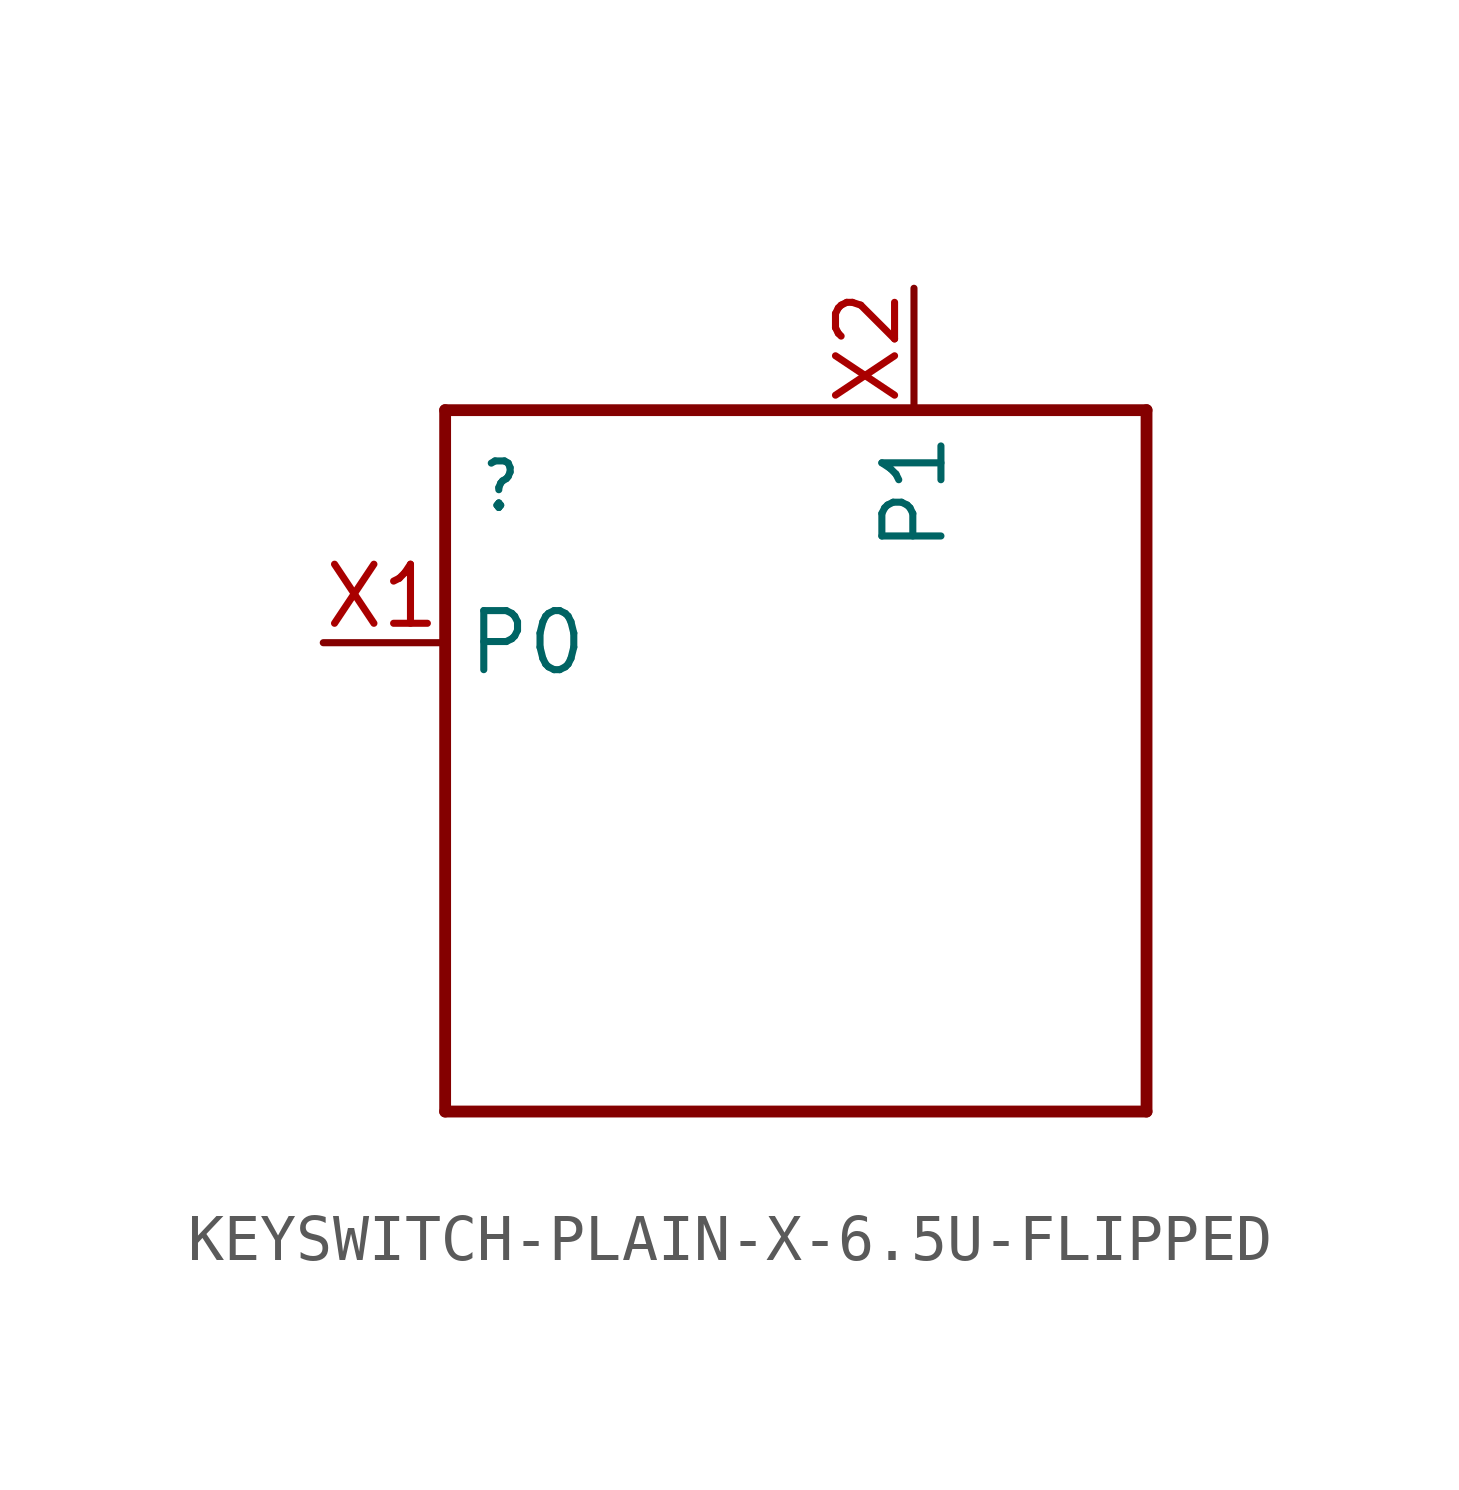
<source format=kicad_sym>
(kicad_symbol_lib
  (version 20211014)
  (generator kicad_symbol_editor)
  (symbol "KEYSWITCH-PLAIN-X-6.5U-FLIPPED"
    (property "Reference" ""
      (at -6.81 5.318 0)
      (effects (font (size 1 0.85)) (justify left bottom)))
    (property "ki_locked" ""
      (at 0 0 0)
      (effects (font (size 1.27 1.27))))
    (symbol "KEYSWITCH-PLAIN-X-6.5U-FLIPPED_1_0"
      (polyline (pts (xy -7.54 -7.54) (xy -7.54 7.54)) (stroke (width 0.254) (type default) (color 0 0 0 0)) (fill (type none)))
      (polyline (pts (xy -7.54 7.54) (xy 7.54 7.54)) (stroke (width 0.254) (type default) (color 0 0 0 0)) (fill (type none)))
      (polyline (pts (xy 7.54 -7.54) (xy -7.54 -7.54)) (stroke (width 0.254) (type default) (color 0 0 0 0)) (fill (type none)))
      (polyline (pts (xy 7.54 7.54) (xy 7.54 -7.54)) (stroke (width 0.254) (type default) (color 0 0 0 0)) (fill (type none)))
      (pin bidirectional line (at -10.16 2.54 0) (length 2.54) (name "P0" (effects (font (size 1.27 1.27)))) (number "X1" (effects (font (size 1.27 1.27)))))
      (pin bidirectional line (at 2.54 10.16 270) (length 2.54) (name "P1" (effects (font (size 1.27 1.27)))) (number "X2" (effects (font (size 1.27 1.27))))))))
</source>
